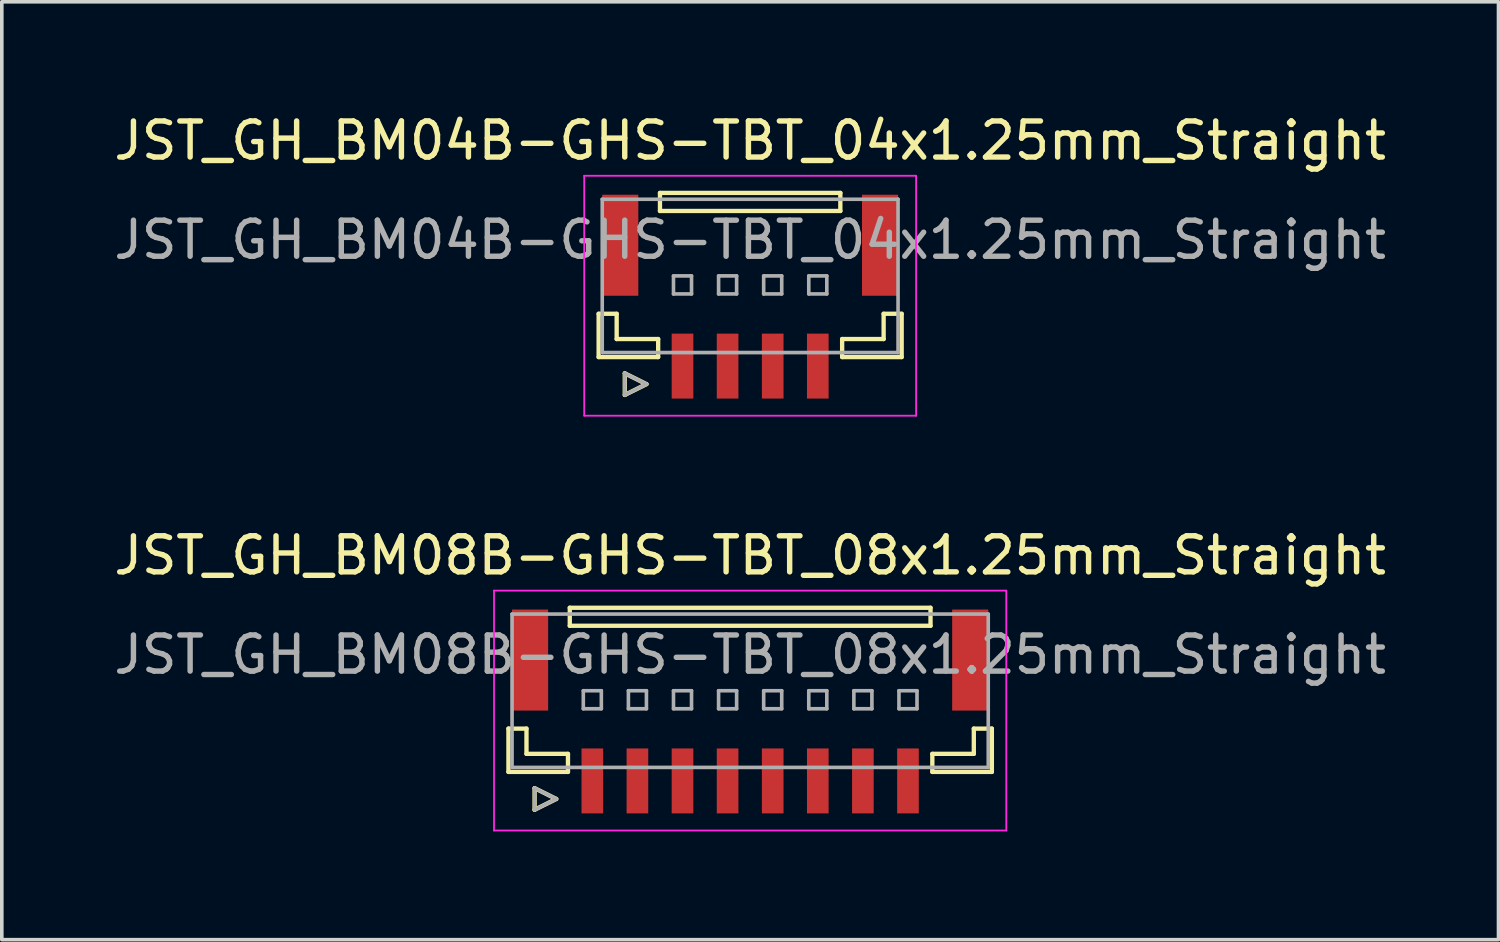
<source format=kicad_pcb>
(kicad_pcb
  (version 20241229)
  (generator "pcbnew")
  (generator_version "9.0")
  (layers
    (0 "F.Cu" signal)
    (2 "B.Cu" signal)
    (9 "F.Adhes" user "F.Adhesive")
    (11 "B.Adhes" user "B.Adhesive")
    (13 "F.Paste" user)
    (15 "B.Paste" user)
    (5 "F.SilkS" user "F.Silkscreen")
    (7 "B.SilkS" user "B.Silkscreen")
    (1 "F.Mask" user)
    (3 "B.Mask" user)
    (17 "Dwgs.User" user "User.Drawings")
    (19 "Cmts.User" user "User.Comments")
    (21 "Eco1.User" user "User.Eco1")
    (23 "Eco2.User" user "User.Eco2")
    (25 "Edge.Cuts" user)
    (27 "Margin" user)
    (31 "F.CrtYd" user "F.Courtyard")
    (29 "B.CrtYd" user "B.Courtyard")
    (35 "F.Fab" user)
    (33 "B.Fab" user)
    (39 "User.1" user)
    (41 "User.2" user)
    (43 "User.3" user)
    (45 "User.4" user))
  (footprint "JST_GH_BM08B-GHS-TBT_08x1.25mm_Straight"
    (layer "F.Cu")
    (at 17.744 16.922)
    (property "Reference" "JST_GH_BM08B-GHS-TBT_08x1.25mm_Straight" (at 0 -4.575 0) (layer "F.SilkS") (effects (font (size 1 1) (thickness 0.15))))
    (attr smd)
    (fp_line (start -6.7 0.225) (end -6.7 1.425) (stroke (width 0.12) (type solid)) (layer "F.SilkS"))
    (fp_line (start -6.7 1.425) (end -5.05 1.425) (stroke (width 0.12) (type solid)) (layer "F.SilkS"))
    (fp_line (start -6.2 0.225) (end -6.7 0.225) (stroke (width 0.12) (type solid)) (layer "F.SilkS"))
    (fp_line (start -6.2 0.925) (end -6.2 0.225) (stroke (width 0.12) (type solid)) (layer "F.SilkS"))
    (fp_line (start -5.975 1.875) (end -5.375 2.175) (stroke (width 0.12) (type solid)) (layer "F.SilkS"))
    (fp_line (start -5.975 2.475) (end -5.975 1.875) (stroke (width 0.12) (type solid)) (layer "F.SilkS"))
    (fp_line (start -5.375 2.175) (end -5.975 2.475) (stroke (width 0.12) (type solid)) (layer "F.SilkS"))
    (fp_line (start -5.05 0.925) (end -6.2 0.925) (stroke (width 0.12) (type solid)) (layer "F.SilkS"))
    (fp_line (start -5.05 1.425) (end -5.05 0.925) (stroke (width 0.12) (type solid)) (layer "F.SilkS"))
    (fp_line (start -5 -3.125) (end 5 -3.125) (stroke (width 0.12) (type solid)) (layer "F.SilkS"))
    (fp_line (start -5 -2.625) (end -5 -3.125) (stroke (width 0.12) (type solid)) (layer "F.SilkS"))
    (fp_line (start 5 -3.125) (end 5 -2.625) (stroke (width 0.12) (type solid)) (layer "F.SilkS"))
    (fp_line (start 5 -2.625) (end -5 -2.625) (stroke (width 0.12) (type solid)) (layer "F.SilkS"))
    (fp_line (start 5.05 0.925) (end 6.2 0.925) (stroke (width 0.12) (type solid)) (layer "F.SilkS"))
    (fp_line (start 5.05 1.425) (end 5.05 0.925) (stroke (width 0.12) (type solid)) (layer "F.SilkS"))
    (fp_line (start 6.2 0.225) (end 6.7 0.225) (stroke (width 0.12) (type solid)) (layer "F.SilkS"))
    (fp_line (start 6.2 0.925) (end 6.2 0.225) (stroke (width 0.12) (type solid)) (layer "F.SilkS"))
    (fp_line (start 6.7 0.225) (end 6.7 1.425) (stroke (width 0.12) (type solid)) (layer "F.SilkS"))
    (fp_line (start 6.7 1.425) (end 5.05 1.425) (stroke (width 0.12) (type solid)) (layer "F.SilkS"))
    (fp_line (start -7.1 -3.6) (end 7.1 -3.6) (stroke (width 0.05) (type solid)) (layer "F.CrtYd"))
    (fp_line (start -7.1 3.05) (end -7.1 -3.6) (stroke (width 0.05) (type solid)) (layer "F.CrtYd"))
    (fp_line (start 7.1 -3.6) (end 7.1 3.05) (stroke (width 0.05) (type solid)) (layer "F.CrtYd"))
    (fp_line (start 7.1 3.05) (end -7.1 3.05) (stroke (width 0.05) (type solid)) (layer "F.CrtYd"))
    (fp_line (start -6.6 -2.95) (end 6.6 -2.95) (stroke (width 0.1) (type solid)) (layer "F.Fab"))
    (fp_line (start -6.6 1.3) (end -6.6 -2.95) (stroke (width 0.1) (type solid)) (layer "F.Fab"))
    (fp_line (start -5.975 1.875) (end -5.375 2.175) (stroke (width 0.1) (type solid)) (layer "F.Fab"))
    (fp_line (start -5.975 2.475) (end -5.975 1.875) (stroke (width 0.1) (type solid)) (layer "F.Fab"))
    (fp_line (start -5.375 2.175) (end -5.975 2.475) (stroke (width 0.1) (type solid)) (layer "F.Fab"))
    (fp_line (start -4.625 -0.825) (end -4.125 -0.825) (stroke (width 0.1) (type solid)) (layer "F.Fab"))
    (fp_line (start -4.625 -0.325) (end -4.625 -0.825) (stroke (width 0.1) (type solid)) (layer "F.Fab"))
    (fp_line (start -4.125 -0.825) (end -4.125 -0.325) (stroke (width 0.1) (type solid)) (layer "F.Fab"))
    (fp_line (start -4.125 -0.325) (end -4.625 -0.325) (stroke (width 0.1) (type solid)) (layer "F.Fab"))
    (fp_line (start -3.375 -0.825) (end -2.875 -0.825) (stroke (width 0.1) (type solid)) (layer "F.Fab"))
    (fp_line (start -3.375 -0.325) (end -3.375 -0.825) (stroke (width 0.1) (type solid)) (layer "F.Fab"))
    (fp_line (start -2.875 -0.825) (end -2.875 -0.325) (stroke (width 0.1) (type solid)) (layer "F.Fab"))
    (fp_line (start -2.875 -0.325) (end -3.375 -0.325) (stroke (width 0.1) (type solid)) (layer "F.Fab"))
    (fp_line (start -2.125 -0.825) (end -1.625 -0.825) (stroke (width 0.1) (type solid)) (layer "F.Fab"))
    (fp_line (start -2.125 -0.325) (end -2.125 -0.825) (stroke (width 0.1) (type solid)) (layer "F.Fab"))
    (fp_line (start -1.625 -0.825) (end -1.625 -0.325) (stroke (width 0.1) (type solid)) (layer "F.Fab"))
    (fp_line (start -1.625 -0.325) (end -2.125 -0.325) (stroke (width 0.1) (type solid)) (layer "F.Fab"))
    (fp_line (start -0.875 -0.825) (end -0.375 -0.825) (stroke (width 0.1) (type solid)) (layer "F.Fab"))
    (fp_line (start -0.875 -0.325) (end -0.875 -0.825) (stroke (width 0.1) (type solid)) (layer "F.Fab"))
    (fp_line (start -0.375 -0.825) (end -0.375 -0.325) (stroke (width 0.1) (type solid)) (layer "F.Fab"))
    (fp_line (start -0.375 -0.325) (end -0.875 -0.325) (stroke (width 0.1) (type solid)) (layer "F.Fab"))
    (fp_line (start 0.375 -0.825) (end 0.875 -0.825) (stroke (width 0.1) (type solid)) (layer "F.Fab"))
    (fp_line (start 0.375 -0.325) (end 0.375 -0.825) (stroke (width 0.1) (type solid)) (layer "F.Fab"))
    (fp_line (start 0.875 -0.825) (end 0.875 -0.325) (stroke (width 0.1) (type solid)) (layer "F.Fab"))
    (fp_line (start 0.875 -0.325) (end 0.375 -0.325) (stroke (width 0.1) (type solid)) (layer "F.Fab"))
    (fp_line (start 1.625 -0.825) (end 2.125 -0.825) (stroke (width 0.1) (type solid)) (layer "F.Fab"))
    (fp_line (start 1.625 -0.325) (end 1.625 -0.825) (stroke (width 0.1) (type solid)) (layer "F.Fab"))
    (fp_line (start 2.125 -0.825) (end 2.125 -0.325) (stroke (width 0.1) (type solid)) (layer "F.Fab"))
    (fp_line (start 2.125 -0.325) (end 1.625 -0.325) (stroke (width 0.1) (type solid)) (layer "F.Fab"))
    (fp_line (start 2.875 -0.825) (end 3.375 -0.825) (stroke (width 0.1) (type solid)) (layer "F.Fab"))
    (fp_line (start 2.875 -0.325) (end 2.875 -0.825) (stroke (width 0.1) (type solid)) (layer "F.Fab"))
    (fp_line (start 3.375 -0.825) (end 3.375 -0.325) (stroke (width 0.1) (type solid)) (layer "F.Fab"))
    (fp_line (start 3.375 -0.325) (end 2.875 -0.325) (stroke (width 0.1) (type solid)) (layer "F.Fab"))
    (fp_line (start 4.125 -0.825) (end 4.625 -0.825) (stroke (width 0.1) (type solid)) (layer "F.Fab"))
    (fp_line (start 4.125 -0.325) (end 4.125 -0.825) (stroke (width 0.1) (type solid)) (layer "F.Fab"))
    (fp_line (start 4.625 -0.825) (end 4.625 -0.325) (stroke (width 0.1) (type solid)) (layer "F.Fab"))
    (fp_line (start 4.625 -0.325) (end 4.125 -0.325) (stroke (width 0.1) (type solid)) (layer "F.Fab"))
    (fp_line (start 6.6 -2.95) (end 6.6 1.3) (stroke (width 0.1) (type solid)) (layer "F.Fab"))
    (fp_line (start 6.6 1.3) (end -6.6 1.3) (stroke (width 0.1) (type solid)) (layer "F.Fab"))
    (fp_text user "${REFERENCE}" (at 0 -1.825 0) (layer "F.Fab") (effects (font (size 1 1) (thickness 0.15))))
    (pad "" smd rect (at -6.1 -1.675) (size 1 2.8) (layers "F.Cu" "F.Mask" "F.Paste"))
    (pad "" smd rect (at 6.1 -1.675) (size 1 2.8) (layers "F.Cu" "F.Mask" "F.Paste"))
    (pad "1" smd rect (at -4.375 1.675) (size 0.6 1.8) (layers "F.Cu" "F.Mask" "F.Paste"))
    (pad "2" smd rect (at -3.125 1.675) (size 0.6 1.8) (layers "F.Cu" "F.Mask" "F.Paste"))
    (pad "3" smd rect (at -1.875 1.675) (size 0.6 1.8) (layers "F.Cu" "F.Mask" "F.Paste"))
    (pad "4" smd rect (at -0.625 1.675) (size 0.6 1.8) (layers "F.Cu" "F.Mask" "F.Paste"))
    (pad "5" smd rect (at 0.625 1.675) (size 0.6 1.8) (layers "F.Cu" "F.Mask" "F.Paste"))
    (pad "6" smd rect (at 1.875 1.675) (size 0.6 1.8) (layers "F.Cu" "F.Mask" "F.Paste"))
    (pad "7" smd rect (at 3.125 1.675) (size 0.6 1.8) (layers "F.Cu" "F.Mask" "F.Paste"))
    (pad "8" smd rect (at 4.375 1.675) (size 0.6 1.8) (layers "F.Cu" "F.Mask" "F.Paste")))
  (footprint "JST_GH_BM04B-GHS-TBT_04x1.25mm_Straight"
    (layer "F.Cu")
    (at 17.744 5.423)
    (property "Reference" "JST_GH_BM04B-GHS-TBT_04x1.25mm_Straight" (at 0 -4.575 0) (layer "F.SilkS") (effects (font (size 1 1) (thickness 0.15))))
    (attr smd)
    (fp_line (start -4.2 0.225) (end -4.2 1.425) (stroke (width 0.12) (type solid)) (layer "F.SilkS"))
    (fp_line (start -4.2 1.425) (end -2.55 1.425) (stroke (width 0.12) (type solid)) (layer "F.SilkS"))
    (fp_line (start -3.7 0.225) (end -4.2 0.225) (stroke (width 0.12) (type solid)) (layer "F.SilkS"))
    (fp_line (start -3.7 0.925) (end -3.7 0.225) (stroke (width 0.12) (type solid)) (layer "F.SilkS"))
    (fp_line (start -3.475 1.875) (end -2.875 2.175) (stroke (width 0.12) (type solid)) (layer "F.SilkS"))
    (fp_line (start -3.475 2.475) (end -3.475 1.875) (stroke (width 0.12) (type solid)) (layer "F.SilkS"))
    (fp_line (start -2.875 2.175) (end -3.475 2.475) (stroke (width 0.12) (type solid)) (layer "F.SilkS"))
    (fp_line (start -2.55 0.925) (end -3.7 0.925) (stroke (width 0.12) (type solid)) (layer "F.SilkS"))
    (fp_line (start -2.55 1.425) (end -2.55 0.925) (stroke (width 0.12) (type solid)) (layer "F.SilkS"))
    (fp_line (start -2.5 -3.125) (end 2.5 -3.125) (stroke (width 0.12) (type solid)) (layer "F.SilkS"))
    (fp_line (start -2.5 -2.625) (end -2.5 -3.125) (stroke (width 0.12) (type solid)) (layer "F.SilkS"))
    (fp_line (start 2.5 -3.125) (end 2.5 -2.625) (stroke (width 0.12) (type solid)) (layer "F.SilkS"))
    (fp_line (start 2.5 -2.625) (end -2.5 -2.625) (stroke (width 0.12) (type solid)) (layer "F.SilkS"))
    (fp_line (start 2.55 0.925) (end 3.7 0.925) (stroke (width 0.12) (type solid)) (layer "F.SilkS"))
    (fp_line (start 2.55 1.425) (end 2.55 0.925) (stroke (width 0.12) (type solid)) (layer "F.SilkS"))
    (fp_line (start 3.7 0.225) (end 4.2 0.225) (stroke (width 0.12) (type solid)) (layer "F.SilkS"))
    (fp_line (start 3.7 0.925) (end 3.7 0.225) (stroke (width 0.12) (type solid)) (layer "F.SilkS"))
    (fp_line (start 4.2 0.225) (end 4.2 1.425) (stroke (width 0.12) (type solid)) (layer "F.SilkS"))
    (fp_line (start 4.2 1.425) (end 2.55 1.425) (stroke (width 0.12) (type solid)) (layer "F.SilkS"))
    (fp_line (start -4.6 -3.6) (end 4.6 -3.6) (stroke (width 0.05) (type solid)) (layer "F.CrtYd"))
    (fp_line (start -4.6 3.05) (end -4.6 -3.6) (stroke (width 0.05) (type solid)) (layer "F.CrtYd"))
    (fp_line (start 4.6 -3.6) (end 4.6 3.05) (stroke (width 0.05) (type solid)) (layer "F.CrtYd"))
    (fp_line (start 4.6 3.05) (end -4.6 3.05) (stroke (width 0.05) (type solid)) (layer "F.CrtYd"))
    (fp_line (start -4.1 -2.95) (end 4.1 -2.95) (stroke (width 0.1) (type solid)) (layer "F.Fab"))
    (fp_line (start -4.1 1.3) (end -4.1 -2.95) (stroke (width 0.1) (type solid)) (layer "F.Fab"))
    (fp_line (start -3.475 1.875) (end -2.875 2.175) (stroke (width 0.1) (type solid)) (layer "F.Fab"))
    (fp_line (start -3.475 2.475) (end -3.475 1.875) (stroke (width 0.1) (type solid)) (layer "F.Fab"))
    (fp_line (start -2.875 2.175) (end -3.475 2.475) (stroke (width 0.1) (type solid)) (layer "F.Fab"))
    (fp_line (start -2.125 -0.825) (end -1.625 -0.825) (stroke (width 0.1) (type solid)) (layer "F.Fab"))
    (fp_line (start -2.125 -0.325) (end -2.125 -0.825) (stroke (width 0.1) (type solid)) (layer "F.Fab"))
    (fp_line (start -1.625 -0.825) (end -1.625 -0.325) (stroke (width 0.1) (type solid)) (layer "F.Fab"))
    (fp_line (start -1.625 -0.325) (end -2.125 -0.325) (stroke (width 0.1) (type solid)) (layer "F.Fab"))
    (fp_line (start -0.875 -0.825) (end -0.375 -0.825) (stroke (width 0.1) (type solid)) (layer "F.Fab"))
    (fp_line (start -0.875 -0.325) (end -0.875 -0.825) (stroke (width 0.1) (type solid)) (layer "F.Fab"))
    (fp_line (start -0.375 -0.825) (end -0.375 -0.325) (stroke (width 0.1) (type solid)) (layer "F.Fab"))
    (fp_line (start -0.375 -0.325) (end -0.875 -0.325) (stroke (width 0.1) (type solid)) (layer "F.Fab"))
    (fp_line (start 0.375 -0.825) (end 0.875 -0.825) (stroke (width 0.1) (type solid)) (layer "F.Fab"))
    (fp_line (start 0.375 -0.325) (end 0.375 -0.825) (stroke (width 0.1) (type solid)) (layer "F.Fab"))
    (fp_line (start 0.875 -0.825) (end 0.875 -0.325) (stroke (width 0.1) (type solid)) (layer "F.Fab"))
    (fp_line (start 0.875 -0.325) (end 0.375 -0.325) (stroke (width 0.1) (type solid)) (layer "F.Fab"))
    (fp_line (start 1.625 -0.825) (end 2.125 -0.825) (stroke (width 0.1) (type solid)) (layer "F.Fab"))
    (fp_line (start 1.625 -0.325) (end 1.625 -0.825) (stroke (width 0.1) (type solid)) (layer "F.Fab"))
    (fp_line (start 2.125 -0.825) (end 2.125 -0.325) (stroke (width 0.1) (type solid)) (layer "F.Fab"))
    (fp_line (start 2.125 -0.325) (end 1.625 -0.325) (stroke (width 0.1) (type solid)) (layer "F.Fab"))
    (fp_line (start 4.1 -2.95) (end 4.1 1.3) (stroke (width 0.1) (type solid)) (layer "F.Fab"))
    (fp_line (start 4.1 1.3) (end -4.1 1.3) (stroke (width 0.1) (type solid)) (layer "F.Fab"))
    (fp_text user "${REFERENCE}" (at 0 -1.825 0) (layer "F.Fab") (effects (font (size 1 1) (thickness 0.15))))
    (pad "" smd rect (at -3.6 -1.675) (size 1 2.8) (layers "F.Cu" "F.Mask" "F.Paste"))
    (pad "" smd rect (at 3.6 -1.675) (size 1 2.8) (layers "F.Cu" "F.Mask" "F.Paste"))
    (pad "1" smd rect (at -1.875 1.675) (size 0.6 1.8) (layers "F.Cu" "F.Mask" "F.Paste"))
    (pad "2" smd rect (at -0.625 1.675) (size 0.6 1.8) (layers "F.Cu" "F.Mask" "F.Paste"))
    (pad "3" smd rect (at 0.625 1.675) (size 0.6 1.8) (layers "F.Cu" "F.Mask" "F.Paste"))
    (pad "4" smd rect (at 1.875 1.675) (size 0.6 1.8) (layers "F.Cu" "F.Mask" "F.Paste")))
  (gr_rect
    (start -3 -3)
    (end 38.488 22.997)
    (stroke (width 0.1) (type default))
    (fill no)
    (layer "Edge.Cuts")))
</source>
